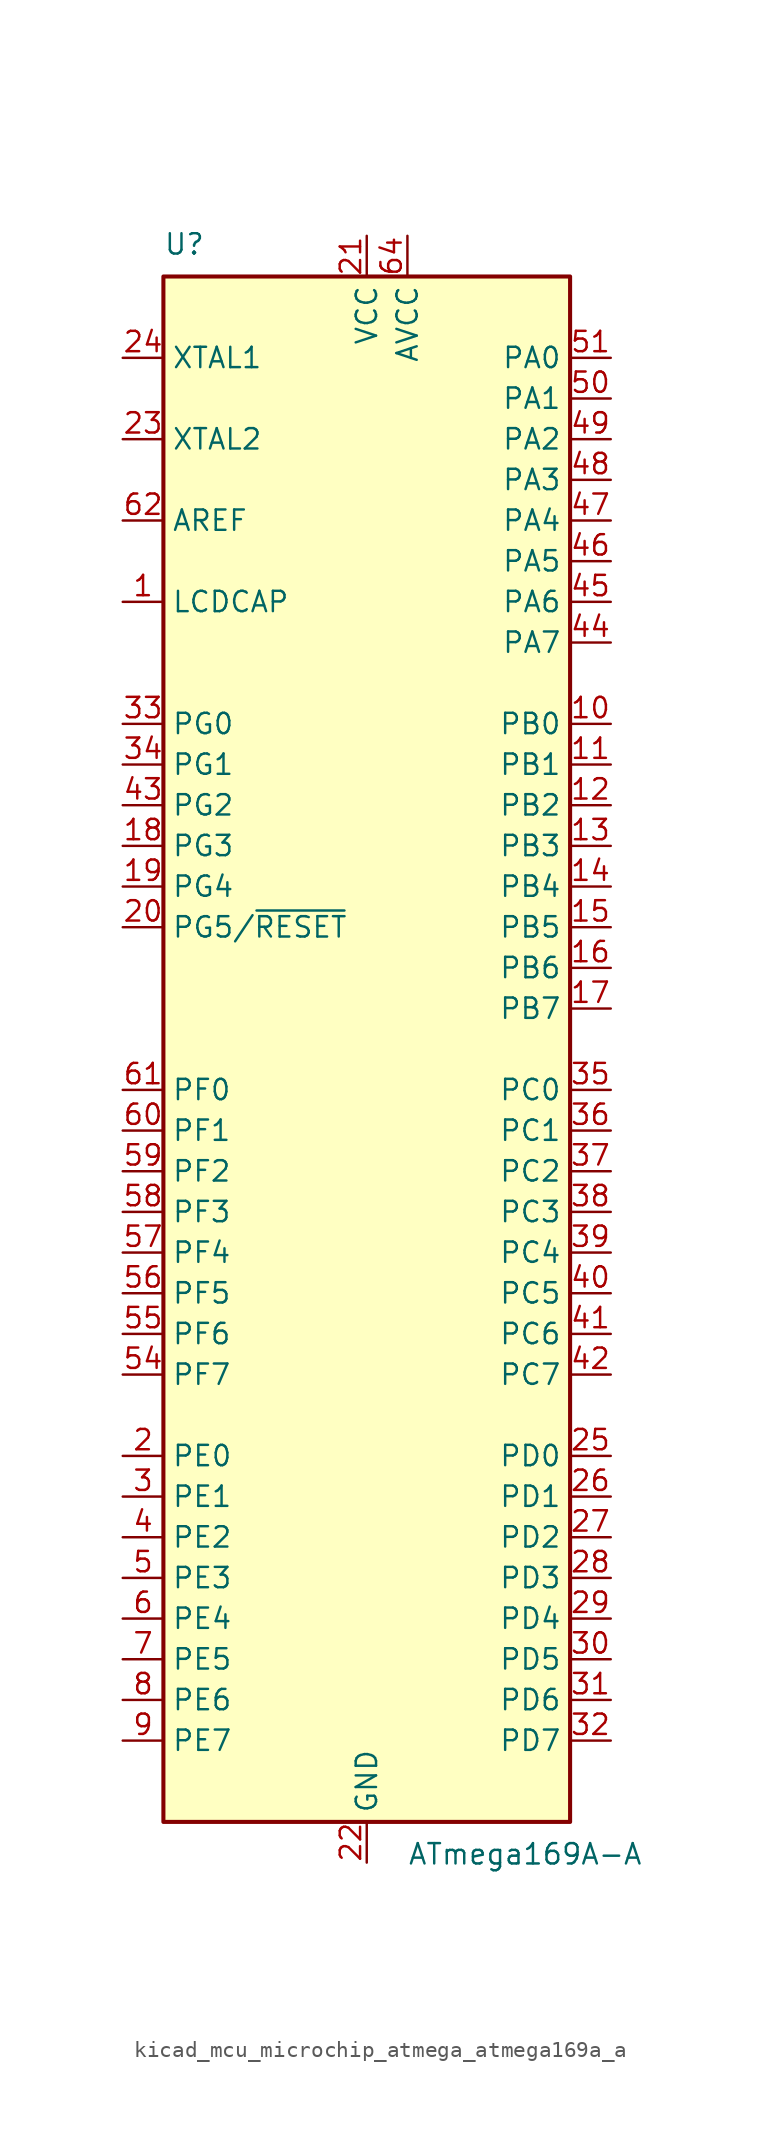
<source format=kicad_sym>
(kicad_symbol_lib
  (version 20220914)
  (generator kicad_symbol_editor)
  (symbol "kicad_mcu_microchip_atmega_atmega169a_a"
    (property "Reference" "U"
      (at -12.7 49.53 0)
      (effects (font (size 1.27 1.27)) (justify left bottom)))
    (property "Value" "ATmega169A-A"
      (at 2.54 -49.53 0)
      (effects (font (size 1.27 1.27)) (justify left top)))
    (symbol "kicad_mcu_microchip_atmega_atmega169a_a_0_1"
      (rectangle (start -12.7 -48.26) (end 12.7 48.26) (stroke (width 0.254) (type default)) (fill (type background))))
    (symbol "kicad_mcu_microchip_atmega_atmega169a_a_1_1"
      (pin passive line (at -15.24 27.94 0) (length 2.54) (name "LCDCAP" (effects (font (size 1.27 1.27)))) (number "1" (effects (font (size 1.27 1.27)))))
      (pin bidirectional line (at 15.24 20.32 180) (length 2.54) (name "PB0" (effects (font (size 1.27 1.27)))) (number "10" (effects (font (size 1.27 1.27)))))
      (pin bidirectional line (at 15.24 17.78 180) (length 2.54) (name "PB1" (effects (font (size 1.27 1.27)))) (number "11" (effects (font (size 1.27 1.27)))))
      (pin bidirectional line (at 15.24 15.24 180) (length 2.54) (name "PB2" (effects (font (size 1.27 1.27)))) (number "12" (effects (font (size 1.27 1.27)))))
      (pin bidirectional line (at 15.24 12.7 180) (length 2.54) (name "PB3" (effects (font (size 1.27 1.27)))) (number "13" (effects (font (size 1.27 1.27)))))
      (pin bidirectional line (at 15.24 10.16 180) (length 2.54) (name "PB4" (effects (font (size 1.27 1.27)))) (number "14" (effects (font (size 1.27 1.27)))))
      (pin bidirectional line (at 15.24 7.62 180) (length 2.54) (name "PB5" (effects (font (size 1.27 1.27)))) (number "15" (effects (font (size 1.27 1.27)))))
      (pin bidirectional line (at 15.24 5.08 180) (length 2.54) (name "PB6" (effects (font (size 1.27 1.27)))) (number "16" (effects (font (size 1.27 1.27)))))
      (pin bidirectional line (at 15.24 2.54 180) (length 2.54) (name "PB7" (effects (font (size 1.27 1.27)))) (number "17" (effects (font (size 1.27 1.27)))))
      (pin bidirectional line (at -15.24 12.7 0) (length 2.54) (name "PG3" (effects (font (size 1.27 1.27)))) (number "18" (effects (font (size 1.27 1.27)))))
      (pin bidirectional line (at -15.24 10.16 0) (length 2.54) (name "PG4" (effects (font (size 1.27 1.27)))) (number "19" (effects (font (size 1.27 1.27)))))
      (pin bidirectional line (at -15.24 -25.4 0) (length 2.54) (name "PE0" (effects (font (size 1.27 1.27)))) (number "2" (effects (font (size 1.27 1.27)))))
      (pin bidirectional line (at -15.24 7.62 0) (length 2.54) (name "PG5/~{RESET}" (effects (font (size 1.27 1.27)))) (number "20" (effects (font (size 1.27 1.27)))))
      (pin power_in line (at 0 50.8 270) (length 2.54) (name "VCC" (effects (font (size 1.27 1.27)))) (number "21" (effects (font (size 1.27 1.27)))))
      (pin power_in line (at 0 -50.8 90) (length 2.54) (name "GND" (effects (font (size 1.27 1.27)))) (number "22" (effects (font (size 1.27 1.27)))))
      (pin output line (at -15.24 38.1 0) (length 2.54) (name "XTAL2" (effects (font (size 1.27 1.27)))) (number "23" (effects (font (size 1.27 1.27)))))
      (pin input line (at -15.24 43.18 0) (length 2.54) (name "XTAL1" (effects (font (size 1.27 1.27)))) (number "24" (effects (font (size 1.27 1.27)))))
      (pin bidirectional line (at 15.24 -25.4 180) (length 2.54) (name "PD0" (effects (font (size 1.27 1.27)))) (number "25" (effects (font (size 1.27 1.27)))))
      (pin bidirectional line (at 15.24 -27.94 180) (length 2.54) (name "PD1" (effects (font (size 1.27 1.27)))) (number "26" (effects (font (size 1.27 1.27)))))
      (pin bidirectional line (at 15.24 -30.48 180) (length 2.54) (name "PD2" (effects (font (size 1.27 1.27)))) (number "27" (effects (font (size 1.27 1.27)))))
      (pin bidirectional line (at 15.24 -33.02 180) (length 2.54) (name "PD3" (effects (font (size 1.27 1.27)))) (number "28" (effects (font (size 1.27 1.27)))))
      (pin bidirectional line (at 15.24 -35.56 180) (length 2.54) (name "PD4" (effects (font (size 1.27 1.27)))) (number "29" (effects (font (size 1.27 1.27)))))
      (pin bidirectional line (at -15.24 -27.94 0) (length 2.54) (name "PE1" (effects (font (size 1.27 1.27)))) (number "3" (effects (font (size 1.27 1.27)))))
      (pin bidirectional line (at 15.24 -38.1 180) (length 2.54) (name "PD5" (effects (font (size 1.27 1.27)))) (number "30" (effects (font (size 1.27 1.27)))))
      (pin bidirectional line (at 15.24 -40.64 180) (length 2.54) (name "PD6" (effects (font (size 1.27 1.27)))) (number "31" (effects (font (size 1.27 1.27)))))
      (pin bidirectional line (at 15.24 -43.18 180) (length 2.54) (name "PD7" (effects (font (size 1.27 1.27)))) (number "32" (effects (font (size 1.27 1.27)))))
      (pin bidirectional line (at -15.24 20.32 0) (length 2.54) (name "PG0" (effects (font (size 1.27 1.27)))) (number "33" (effects (font (size 1.27 1.27)))))
      (pin bidirectional line (at -15.24 17.78 0) (length 2.54) (name "PG1" (effects (font (size 1.27 1.27)))) (number "34" (effects (font (size 1.27 1.27)))))
      (pin bidirectional line (at 15.24 -2.54 180) (length 2.54) (name "PC0" (effects (font (size 1.27 1.27)))) (number "35" (effects (font (size 1.27 1.27)))))
      (pin bidirectional line (at 15.24 -5.08 180) (length 2.54) (name "PC1" (effects (font (size 1.27 1.27)))) (number "36" (effects (font (size 1.27 1.27)))))
      (pin bidirectional line (at 15.24 -7.62 180) (length 2.54) (name "PC2" (effects (font (size 1.27 1.27)))) (number "37" (effects (font (size 1.27 1.27)))))
      (pin bidirectional line (at 15.24 -10.16 180) (length 2.54) (name "PC3" (effects (font (size 1.27 1.27)))) (number "38" (effects (font (size 1.27 1.27)))))
      (pin bidirectional line (at 15.24 -12.7 180) (length 2.54) (name "PC4" (effects (font (size 1.27 1.27)))) (number "39" (effects (font (size 1.27 1.27)))))
      (pin bidirectional line (at -15.24 -30.48 0) (length 2.54) (name "PE2" (effects (font (size 1.27 1.27)))) (number "4" (effects (font (size 1.27 1.27)))))
      (pin bidirectional line (at 15.24 -15.24 180) (length 2.54) (name "PC5" (effects (font (size 1.27 1.27)))) (number "40" (effects (font (size 1.27 1.27)))))
      (pin bidirectional line (at 15.24 -17.78 180) (length 2.54) (name "PC6" (effects (font (size 1.27 1.27)))) (number "41" (effects (font (size 1.27 1.27)))))
      (pin bidirectional line (at 15.24 -20.32 180) (length 2.54) (name "PC7" (effects (font (size 1.27 1.27)))) (number "42" (effects (font (size 1.27 1.27)))))
      (pin bidirectional line (at -15.24 15.24 0) (length 2.54) (name "PG2" (effects (font (size 1.27 1.27)))) (number "43" (effects (font (size 1.27 1.27)))))
      (pin bidirectional line (at 15.24 25.4 180) (length 2.54) (name "PA7" (effects (font (size 1.27 1.27)))) (number "44" (effects (font (size 1.27 1.27)))))
      (pin bidirectional line (at 15.24 27.94 180) (length 2.54) (name "PA6" (effects (font (size 1.27 1.27)))) (number "45" (effects (font (size 1.27 1.27)))))
      (pin bidirectional line (at 15.24 30.48 180) (length 2.54) (name "PA5" (effects (font (size 1.27 1.27)))) (number "46" (effects (font (size 1.27 1.27)))))
      (pin bidirectional line (at 15.24 33.02 180) (length 2.54) (name "PA4" (effects (font (size 1.27 1.27)))) (number "47" (effects (font (size 1.27 1.27)))))
      (pin bidirectional line (at 15.24 35.56 180) (length 2.54) (name "PA3" (effects (font (size 1.27 1.27)))) (number "48" (effects (font (size 1.27 1.27)))))
      (pin bidirectional line (at 15.24 38.1 180) (length 2.54) (name "PA2" (effects (font (size 1.27 1.27)))) (number "49" (effects (font (size 1.27 1.27)))))
      (pin bidirectional line (at -15.24 -33.02 0) (length 2.54) (name "PE3" (effects (font (size 1.27 1.27)))) (number "5" (effects (font (size 1.27 1.27)))))
      (pin bidirectional line (at 15.24 40.64 180) (length 2.54) (name "PA1" (effects (font (size 1.27 1.27)))) (number "50" (effects (font (size 1.27 1.27)))))
      (pin bidirectional line (at 15.24 43.18 180) (length 2.54) (name "PA0" (effects (font (size 1.27 1.27)))) (number "51" (effects (font (size 1.27 1.27)))))
      (pin passive line (at 0 50.8 270) (length 2.54) hide (name "VCC" (effects (font (size 1.27 1.27)))) (number "52" (effects (font (size 1.27 1.27)))))
      (pin passive line (at 0 -50.8 90) (length 2.54) hide (name "GND" (effects (font (size 1.27 1.27)))) (number "53" (effects (font (size 1.27 1.27)))))
      (pin bidirectional line (at -15.24 -20.32 0) (length 2.54) (name "PF7" (effects (font (size 1.27 1.27)))) (number "54" (effects (font (size 1.27 1.27)))))
      (pin bidirectional line (at -15.24 -17.78 0) (length 2.54) (name "PF6" (effects (font (size 1.27 1.27)))) (number "55" (effects (font (size 1.27 1.27)))))
      (pin bidirectional line (at -15.24 -15.24 0) (length 2.54) (name "PF5" (effects (font (size 1.27 1.27)))) (number "56" (effects (font (size 1.27 1.27)))))
      (pin bidirectional line (at -15.24 -12.7 0) (length 2.54) (name "PF4" (effects (font (size 1.27 1.27)))) (number "57" (effects (font (size 1.27 1.27)))))
      (pin bidirectional line (at -15.24 -10.16 0) (length 2.54) (name "PF3" (effects (font (size 1.27 1.27)))) (number "58" (effects (font (size 1.27 1.27)))))
      (pin bidirectional line (at -15.24 -7.62 0) (length 2.54) (name "PF2" (effects (font (size 1.27 1.27)))) (number "59" (effects (font (size 1.27 1.27)))))
      (pin bidirectional line (at -15.24 -35.56 0) (length 2.54) (name "PE4" (effects (font (size 1.27 1.27)))) (number "6" (effects (font (size 1.27 1.27)))))
      (pin bidirectional line (at -15.24 -5.08 0) (length 2.54) (name "PF1" (effects (font (size 1.27 1.27)))) (number "60" (effects (font (size 1.27 1.27)))))
      (pin bidirectional line (at -15.24 -2.54 0) (length 2.54) (name "PF0" (effects (font (size 1.27 1.27)))) (number "61" (effects (font (size 1.27 1.27)))))
      (pin passive line (at -15.24 33.02 0) (length 2.54) (name "AREF" (effects (font (size 1.27 1.27)))) (number "62" (effects (font (size 1.27 1.27)))))
      (pin passive line (at 0 -50.8 90) (length 2.54) hide (name "GND" (effects (font (size 1.27 1.27)))) (number "63" (effects (font (size 1.27 1.27)))))
      (pin power_in line (at 2.54 50.8 270) (length 2.54) (name "AVCC" (effects (font (size 1.27 1.27)))) (number "64" (effects (font (size 1.27 1.27)))))
      (pin bidirectional line (at -15.24 -38.1 0) (length 2.54) (name "PE5" (effects (font (size 1.27 1.27)))) (number "7" (effects (font (size 1.27 1.27)))))
      (pin bidirectional line (at -15.24 -40.64 0) (length 2.54) (name "PE6" (effects (font (size 1.27 1.27)))) (number "8" (effects (font (size 1.27 1.27)))))
      (pin bidirectional line (at -15.24 -43.18 0) (length 2.54) (name "PE7" (effects (font (size 1.27 1.27)))) (number "9" (effects (font (size 1.27 1.27))))))))
</source>
